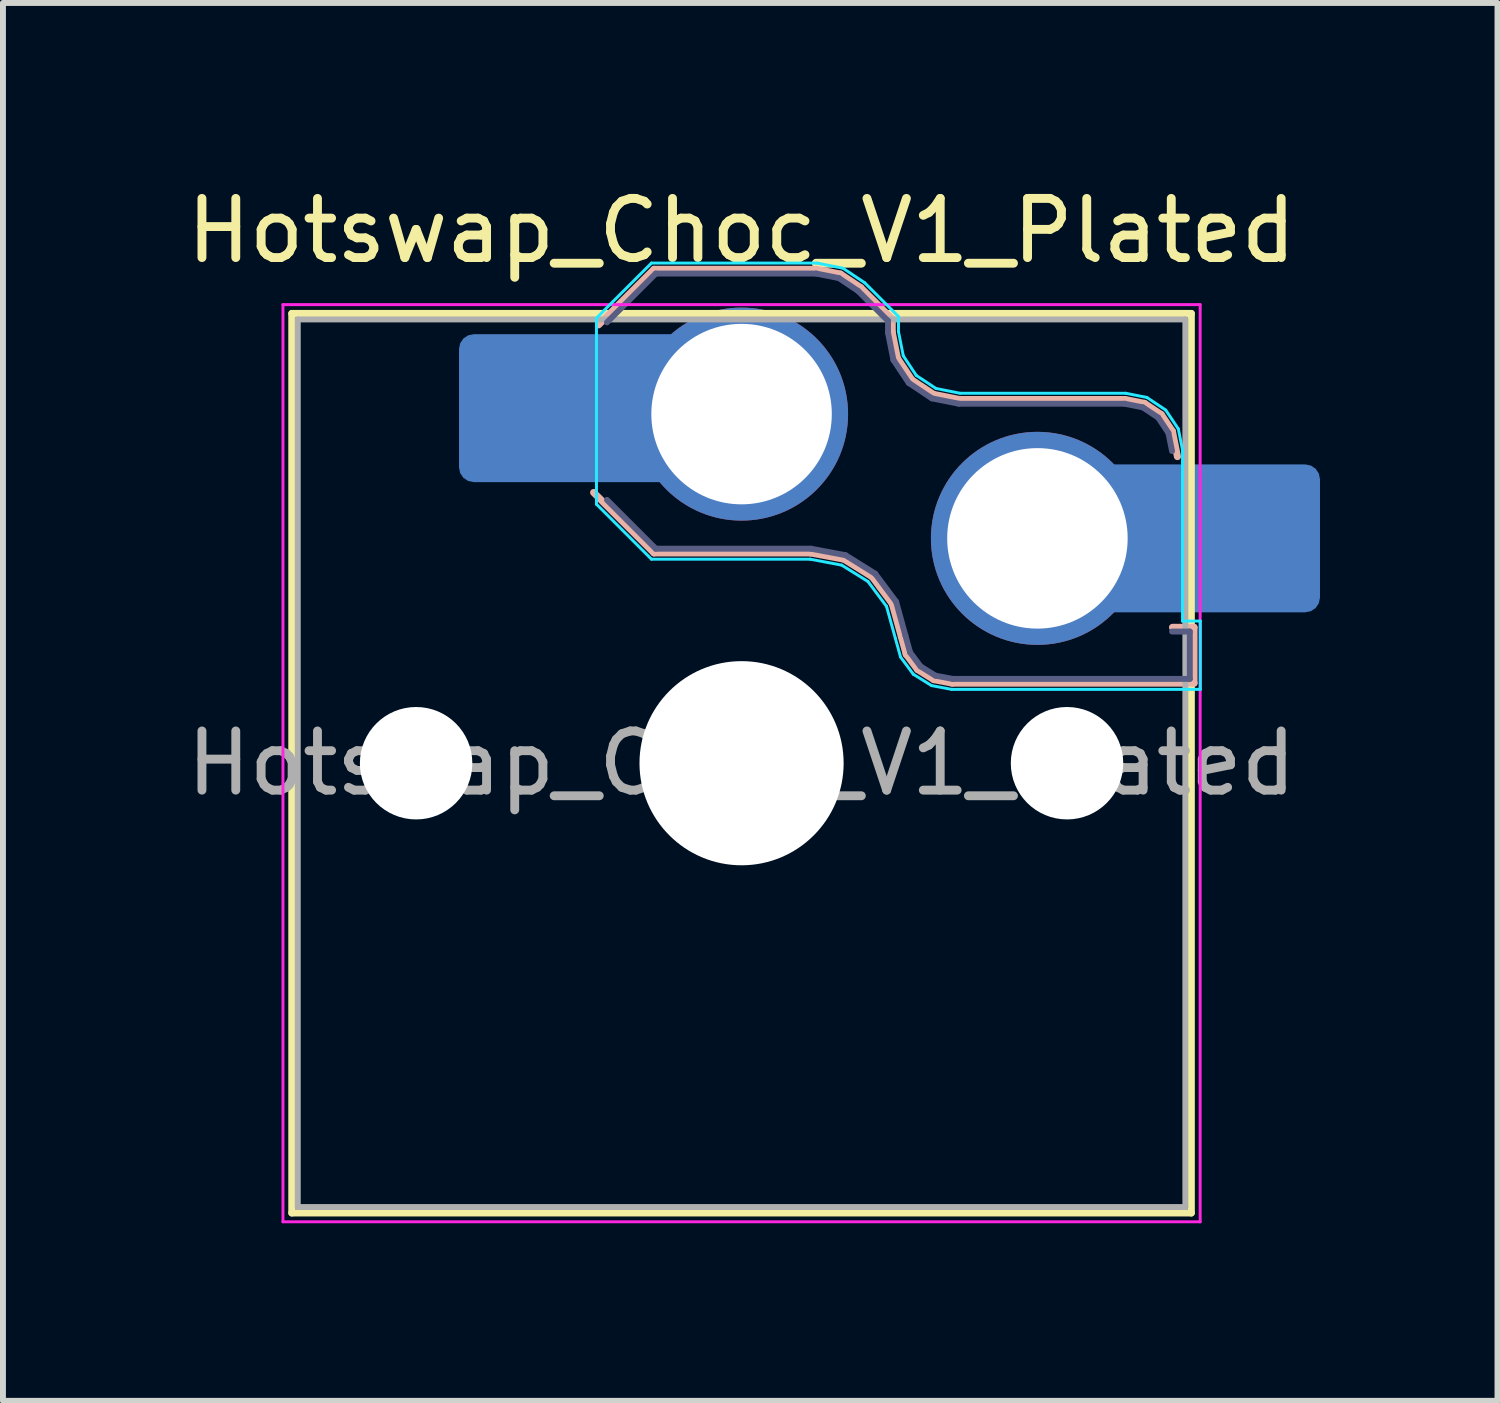
<source format=kicad_pcb>
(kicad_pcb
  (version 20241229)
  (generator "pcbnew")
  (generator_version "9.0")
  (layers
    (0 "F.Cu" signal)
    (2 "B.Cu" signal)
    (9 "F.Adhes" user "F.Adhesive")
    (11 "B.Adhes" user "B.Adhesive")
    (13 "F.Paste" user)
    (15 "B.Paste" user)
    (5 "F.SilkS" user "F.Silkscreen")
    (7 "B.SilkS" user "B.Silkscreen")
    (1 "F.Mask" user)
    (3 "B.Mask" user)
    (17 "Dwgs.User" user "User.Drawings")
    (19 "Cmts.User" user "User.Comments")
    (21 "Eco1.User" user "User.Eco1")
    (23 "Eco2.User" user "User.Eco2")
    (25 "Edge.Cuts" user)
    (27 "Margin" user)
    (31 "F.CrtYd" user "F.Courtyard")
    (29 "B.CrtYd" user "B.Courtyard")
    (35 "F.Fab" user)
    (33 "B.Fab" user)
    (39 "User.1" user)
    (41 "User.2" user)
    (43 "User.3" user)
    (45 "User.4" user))
  (footprint "Hotswap_Choc_V1_Plated"
    (layer "F.Cu")
    (at 9.482 9.848)
    (property "Reference" "Hotswap_Choc_V1_Plated" (at 0 -9 0) (layer "F.SilkS") (effects (font (size 1 1) (thickness 0.15))))
    (attr smd allow_soldermask_bridges)
    (fp_line (start -7.6 -7.6) (end -7.6 7.6) (stroke (width 0.12) (type solid)) (layer "F.SilkS"))
    (fp_line (start -7.6 7.6) (end 7.6 7.6) (stroke (width 0.12) (type solid)) (layer "F.SilkS"))
    (fp_line (start 7.6 -7.6) (end -7.6 -7.6) (stroke (width 0.12) (type solid)) (layer "F.SilkS"))
    (fp_line (start 7.6 7.6) (end 7.6 -7.6) (stroke (width 0.12) (type solid)) (layer "F.SilkS"))
    (fp_line (start -2.416 -7.409) (end -1.479 -8.346) (stroke (width 0.12) (type solid)) (layer "B.SilkS"))
    (fp_line (start -1.479 -8.346) (end 1.268 -8.346) (stroke (width 0.12) (type solid)) (layer "B.SilkS"))
    (fp_line (start -1.479 -3.554) (end -2.5 -4.575) (stroke (width 0.12) (type solid)) (layer "B.SilkS"))
    (fp_line (start 1.168 -3.554) (end -1.479 -3.554) (stroke (width 0.12) (type solid)) (layer "B.SilkS"))
    (fp_line (start 1.268 -8.346) (end 1.671 -8.266) (stroke (width 0.12) (type solid)) (layer "B.SilkS"))
    (fp_line (start 1.671 -8.266) (end 2.013 -8.037) (stroke (width 0.12) (type solid)) (layer "B.SilkS"))
    (fp_line (start 1.73 -3.449) (end 1.168 -3.554) (stroke (width 0.12) (type solid)) (layer "B.SilkS"))
    (fp_line (start 2.013 -8.037) (end 2.546 -7.504) (stroke (width 0.12) (type solid)) (layer "B.SilkS"))
    (fp_line (start 2.209 -3.15) (end 1.73 -3.449) (stroke (width 0.12) (type solid)) (layer "B.SilkS"))
    (fp_line (start 2.546 -7.504) (end 2.546 -7.282) (stroke (width 0.12) (type solid)) (layer "B.SilkS"))
    (fp_line (start 2.546 -7.282) (end 2.633 -6.844) (stroke (width 0.12) (type solid)) (layer "B.SilkS"))
    (fp_line (start 2.547 -2.697) (end 2.209 -3.15) (stroke (width 0.12) (type solid)) (layer "B.SilkS"))
    (fp_line (start 2.633 -6.844) (end 2.877 -6.477) (stroke (width 0.12) (type solid)) (layer "B.SilkS"))
    (fp_line (start 2.701 -2.139) (end 2.547 -2.697) (stroke (width 0.12) (type solid)) (layer "B.SilkS"))
    (fp_line (start 2.783 -1.841) (end 2.701 -2.139) (stroke (width 0.12) (type solid)) (layer "B.SilkS"))
    (fp_line (start 2.877 -6.477) (end 3.244 -6.233) (stroke (width 0.12) (type solid)) (layer "B.SilkS"))
    (fp_line (start 2.976 -1.583) (end 2.783 -1.841) (stroke (width 0.12) (type solid)) (layer "B.SilkS"))
    (fp_line (start 3.244 -6.233) (end 3.682 -6.146) (stroke (width 0.12) (type solid)) (layer "B.SilkS"))
    (fp_line (start 3.25 -1.413) (end 2.976 -1.583) (stroke (width 0.12) (type solid)) (layer "B.SilkS"))
    (fp_line (start 3.56 -1.354) (end 3.25 -1.413) (stroke (width 0.12) (type solid)) (layer "B.SilkS"))
    (fp_line (start 3.682 -6.146) (end 6.482 -6.146) (stroke (width 0.12) (type solid)) (layer "B.SilkS"))
    (fp_line (start 6.482 -6.146) (end 6.809 -6.081) (stroke (width 0.12) (type solid)) (layer "B.SilkS"))
    (fp_line (start 6.809 -6.081) (end 7.092 -5.892) (stroke (width 0.12) (type solid)) (layer "B.SilkS"))
    (fp_line (start 7.092 -5.892) (end 7.281 -5.609) (stroke (width 0.12) (type solid)) (layer "B.SilkS"))
    (fp_line (start 7.281 -5.609) (end 7.366 -5.182) (stroke (width 0.12) (type solid)) (layer "B.SilkS"))
    (fp_line (start 7.283 -2.296) (end 7.646 -2.296) (stroke (width 0.12) (type solid)) (layer "B.SilkS"))
    (fp_line (start 7.646 -2.296) (end 7.646 -1.354) (stroke (width 0.12) (type solid)) (layer "B.SilkS"))
    (fp_line (start 7.646 -1.354) (end 3.56 -1.354) (stroke (width 0.12) (type solid)) (layer "B.SilkS"))
    (fp_line (start -7.25 -7.25) (end -7.25 7.25) (stroke (width 0.1) (type solid)) (layer "Eco1.User"))
    (fp_line (start -7.25 7.25) (end 7.25 7.25) (stroke (width 0.1) (type solid)) (layer "Eco1.User"))
    (fp_line (start 7.25 -7.25) (end -7.25 -7.25) (stroke (width 0.1) (type solid)) (layer "Eco1.User"))
    (fp_line (start 7.25 7.25) (end 7.25 -7.25) (stroke (width 0.1) (type solid)) (layer "Eco1.User"))
    (fp_line (start -2.452 -7.523) (end -1.523 -8.452) (stroke (width 0.05) (type solid)) (layer "B.CrtYd"))
    (fp_line (start -2.452 -4.377) (end -2.452 -7.523) (stroke (width 0.05) (type solid)) (layer "B.CrtYd"))
    (fp_line (start -1.523 -8.452) (end 1.278 -8.452) (stroke (width 0.05) (type solid)) (layer "B.CrtYd"))
    (fp_line (start -1.523 -3.448) (end -2.452 -4.377) (stroke (width 0.05) (type solid)) (layer "B.CrtYd"))
    (fp_line (start 1.159 -3.448) (end -1.523 -3.448) (stroke (width 0.05) (type solid)) (layer "B.CrtYd"))
    (fp_line (start 1.278 -8.452) (end 1.712 -8.366) (stroke (width 0.05) (type solid)) (layer "B.CrtYd"))
    (fp_line (start 1.691 -3.348) (end 1.159 -3.448) (stroke (width 0.05) (type solid)) (layer "B.CrtYd"))
    (fp_line (start 1.712 -8.366) (end 2.081 -8.119) (stroke (width 0.05) (type solid)) (layer "B.CrtYd"))
    (fp_line (start 2.081 -8.119) (end 2.652 -7.548) (stroke (width 0.05) (type solid)) (layer "B.CrtYd"))
    (fp_line (start 2.136 -3.071) (end 1.691 -3.348) (stroke (width 0.05) (type solid)) (layer "B.CrtYd"))
    (fp_line (start 2.45 -2.65) (end 2.136 -3.071) (stroke (width 0.05) (type solid)) (layer "B.CrtYd"))
    (fp_line (start 2.599 -2.111) (end 2.45 -2.65) (stroke (width 0.05) (type solid)) (layer "B.CrtYd"))
    (fp_line (start 2.652 -7.548) (end 2.652 -7.292) (stroke (width 0.05) (type solid)) (layer "B.CrtYd"))
    (fp_line (start 2.652 -7.292) (end 2.733 -6.885) (stroke (width 0.05) (type solid)) (layer "B.CrtYd"))
    (fp_line (start 2.687 -1.794) (end 2.599 -2.111) (stroke (width 0.05) (type solid)) (layer "B.CrtYd"))
    (fp_line (start 2.733 -6.885) (end 2.953 -6.553) (stroke (width 0.05) (type solid)) (layer "B.CrtYd"))
    (fp_line (start 2.903 -1.503) (end 2.687 -1.794) (stroke (width 0.05) (type solid)) (layer "B.CrtYd"))
    (fp_line (start 2.953 -6.553) (end 3.285 -6.333) (stroke (width 0.05) (type solid)) (layer "B.CrtYd"))
    (fp_line (start 3.211 -1.312) (end 2.903 -1.503) (stroke (width 0.05) (type solid)) (layer "B.CrtYd"))
    (fp_line (start 3.285 -6.333) (end 3.692 -6.252) (stroke (width 0.05) (type solid)) (layer "B.CrtYd"))
    (fp_line (start 3.55 -1.248) (end 3.211 -1.312) (stroke (width 0.05) (type solid)) (layer "B.CrtYd"))
    (fp_line (start 3.692 -6.252) (end 6.492 -6.252) (stroke (width 0.05) (type solid)) (layer "B.CrtYd"))
    (fp_line (start 6.492 -6.252) (end 6.85 -6.181) (stroke (width 0.05) (type solid)) (layer "B.CrtYd"))
    (fp_line (start 6.85 -6.181) (end 7.168 -5.968) (stroke (width 0.05) (type solid)) (layer "B.CrtYd"))
    (fp_line (start 7.168 -5.968) (end 7.381 -5.65) (stroke (width 0.05) (type solid)) (layer "B.CrtYd"))
    (fp_line (start 7.381 -5.65) (end 7.452 -5.292) (stroke (width 0.05) (type solid)) (layer "B.CrtYd"))
    (fp_line (start 7.452 -5.292) (end 7.452 -2.402) (stroke (width 0.05) (type solid)) (layer "B.CrtYd"))
    (fp_line (start 7.452 -2.402) (end 7.752 -2.402) (stroke (width 0.05) (type solid)) (layer "B.CrtYd"))
    (fp_line (start 7.752 -2.402) (end 7.752 -1.248) (stroke (width 0.05) (type solid)) (layer "B.CrtYd"))
    (fp_line (start 7.752 -1.248) (end 3.55 -1.248) (stroke (width 0.05) (type solid)) (layer "B.CrtYd"))
    (fp_line (start -7.75 -7.75) (end -7.75 7.75) (stroke (width 0.05) (type solid)) (layer "F.CrtYd"))
    (fp_line (start -7.75 7.75) (end 7.75 7.75) (stroke (width 0.05) (type solid)) (layer "F.CrtYd"))
    (fp_line (start 7.75 -7.75) (end -7.75 -7.75) (stroke (width 0.05) (type solid)) (layer "F.CrtYd"))
    (fp_line (start 7.75 7.75) (end 7.75 -7.75) (stroke (width 0.05) (type solid)) (layer "F.CrtYd"))
    (fp_line (start -2.275 -7.45) (end -1.45 -8.275) (stroke (width 0.1) (type solid)) (layer "B.Fab"))
    (fp_line (start -1.45 -8.275) (end 1.261 -8.275) (stroke (width 0.1) (type solid)) (layer "B.Fab"))
    (fp_line (start -1.45 -3.625) (end -2.275 -4.45) (stroke (width 0.1) (type solid)) (layer "B.Fab"))
    (fp_line (start 1.175 -3.625) (end -1.45 -3.625) (stroke (width 0.1) (type solid)) (layer "B.Fab"))
    (fp_line (start 1.261 -8.275) (end 1.643 -8.199) (stroke (width 0.1) (type solid)) (layer "B.Fab"))
    (fp_line (start 1.643 -8.199) (end 1.968 -7.982) (stroke (width 0.1) (type solid)) (layer "B.Fab"))
    (fp_line (start 1.756 -3.516) (end 1.175 -3.625) (stroke (width 0.1) (type solid)) (layer "B.Fab"))
    (fp_line (start 1.968 -7.982) (end 2.475 -7.475) (stroke (width 0.1) (type solid)) (layer "B.Fab"))
    (fp_line (start 2.258 -3.203) (end 1.756 -3.516) (stroke (width 0.1) (type solid)) (layer "B.Fab"))
    (fp_line (start 2.475 -7.475) (end 2.475 -7.275) (stroke (width 0.1) (type solid)) (layer "B.Fab"))
    (fp_line (start 2.475 -7.275) (end 2.566 -6.816) (stroke (width 0.1) (type solid)) (layer "B.Fab"))
    (fp_line (start 2.566 -6.816) (end 2.826 -6.426) (stroke (width 0.1) (type solid)) (layer "B.Fab"))
    (fp_line (start 2.612 -2.729) (end 2.258 -3.203) (stroke (width 0.1) (type solid)) (layer "B.Fab"))
    (fp_line (start 2.769 -2.158) (end 2.612 -2.729) (stroke (width 0.1) (type solid)) (layer "B.Fab"))
    (fp_line (start 2.826 -6.426) (end 3.216 -6.166) (stroke (width 0.1) (type solid)) (layer "B.Fab"))
    (fp_line (start 2.848 -1.873) (end 2.769 -2.158) (stroke (width 0.1) (type solid)) (layer "B.Fab"))
    (fp_line (start 3.025 -1.636) (end 2.848 -1.873) (stroke (width 0.1) (type solid)) (layer "B.Fab"))
    (fp_line (start 3.216 -6.166) (end 3.675 -6.075) (stroke (width 0.1) (type solid)) (layer "B.Fab"))
    (fp_line (start 3.276 -1.48) (end 3.025 -1.636) (stroke (width 0.1) (type solid)) (layer "B.Fab"))
    (fp_line (start 3.567 -1.425) (end 3.276 -1.48) (stroke (width 0.1) (type solid)) (layer "B.Fab"))
    (fp_line (start 3.675 -6.075) (end 6.475 -6.075) (stroke (width 0.1) (type solid)) (layer "B.Fab"))
    (fp_line (start 6.475 -6.075) (end 6.781 -6.014) (stroke (width 0.1) (type solid)) (layer "B.Fab"))
    (fp_line (start 6.781 -6.014) (end 7.041 -5.841) (stroke (width 0.1) (type solid)) (layer "B.Fab"))
    (fp_line (start 7.041 -5.841) (end 7.214 -5.581) (stroke (width 0.1) (type solid)) (layer "B.Fab"))
    (fp_line (start 7.214 -5.581) (end 7.275 -5.275) (stroke (width 0.1) (type solid)) (layer "B.Fab"))
    (fp_line (start 7.275 -2.225) (end 7.575 -2.225) (stroke (width 0.1) (type solid)) (layer "B.Fab"))
    (fp_line (start 7.575 -2.225) (end 7.575 -1.425) (stroke (width 0.1) (type solid)) (layer "B.Fab"))
    (fp_line (start 7.575 -1.425) (end 3.567 -1.425) (stroke (width 0.1) (type solid)) (layer "B.Fab"))
    (fp_line (start -7.5 -7.5) (end -7.5 7.5) (stroke (width 0.1) (type solid)) (layer "F.Fab"))
    (fp_line (start -7.5 7.5) (end 7.5 7.5) (stroke (width 0.1) (type solid)) (layer "F.Fab"))
    (fp_line (start 7.5 -7.5) (end -7.5 -7.5) (stroke (width 0.1) (type solid)) (layer "F.Fab"))
    (fp_line (start 7.5 7.5) (end 7.5 -7.5) (stroke (width 0.1) (type solid)) (layer "F.Fab"))
    (fp_text user "${REFERENCE}" (at 0 0 0) (layer "F.Fab") (effects (font (size 1 1) (thickness 0.15))))
    (pad "" np_thru_hole circle (at -5.5 0) (size 1.9 1.9) (drill 1.9) (layers "*.Cu" "*.Mask"))
    (pad "" smd roundrect (at -3.5 -6) (size 2.55 2.5) (layers "B.Mask" "B.Paste") (roundrect_rratio 0.1))
    (pad "" np_thru_hole circle (at 0 0) (size 3.45 3.45) (drill 3.45) (layers "*.Cu" "*.Mask"))
    (pad "" np_thru_hole circle (at 5.5 0) (size 1.9 1.9) (drill 1.9) (layers "*.Cu" "*.Mask"))
    (pad "" smd roundrect (at 8.5 -3.8) (size 2.55 2.5) (layers "B.Mask" "B.Paste") (roundrect_rratio 0.1))
    (pad "1" smd roundrect (at -2.85 -6) (size 3.85 2.5) (layers "B.Cu") (roundrect_rratio 0.1))
    (pad "1" thru_hole circle (at 0 -5.9) (size 3.6 3.6) (drill 3.05) (layers "*.Cu" "*.Mask"))
    (pad "2" thru_hole circle (at 5 -3.8) (size 3.6 3.6) (drill 3.05) (layers "*.Cu" "*.Mask"))
    (pad "2" smd roundrect (at 7.85 -3.8) (size 3.85 2.5) (layers "B.Cu") (roundrect_rratio 0.1)))
  (gr_rect
    (start -3 -3)
    (end 22.257 20.623)
    (stroke (width 0.1) (type default))
    (fill no)
    (layer "Edge.Cuts")))
</source>
